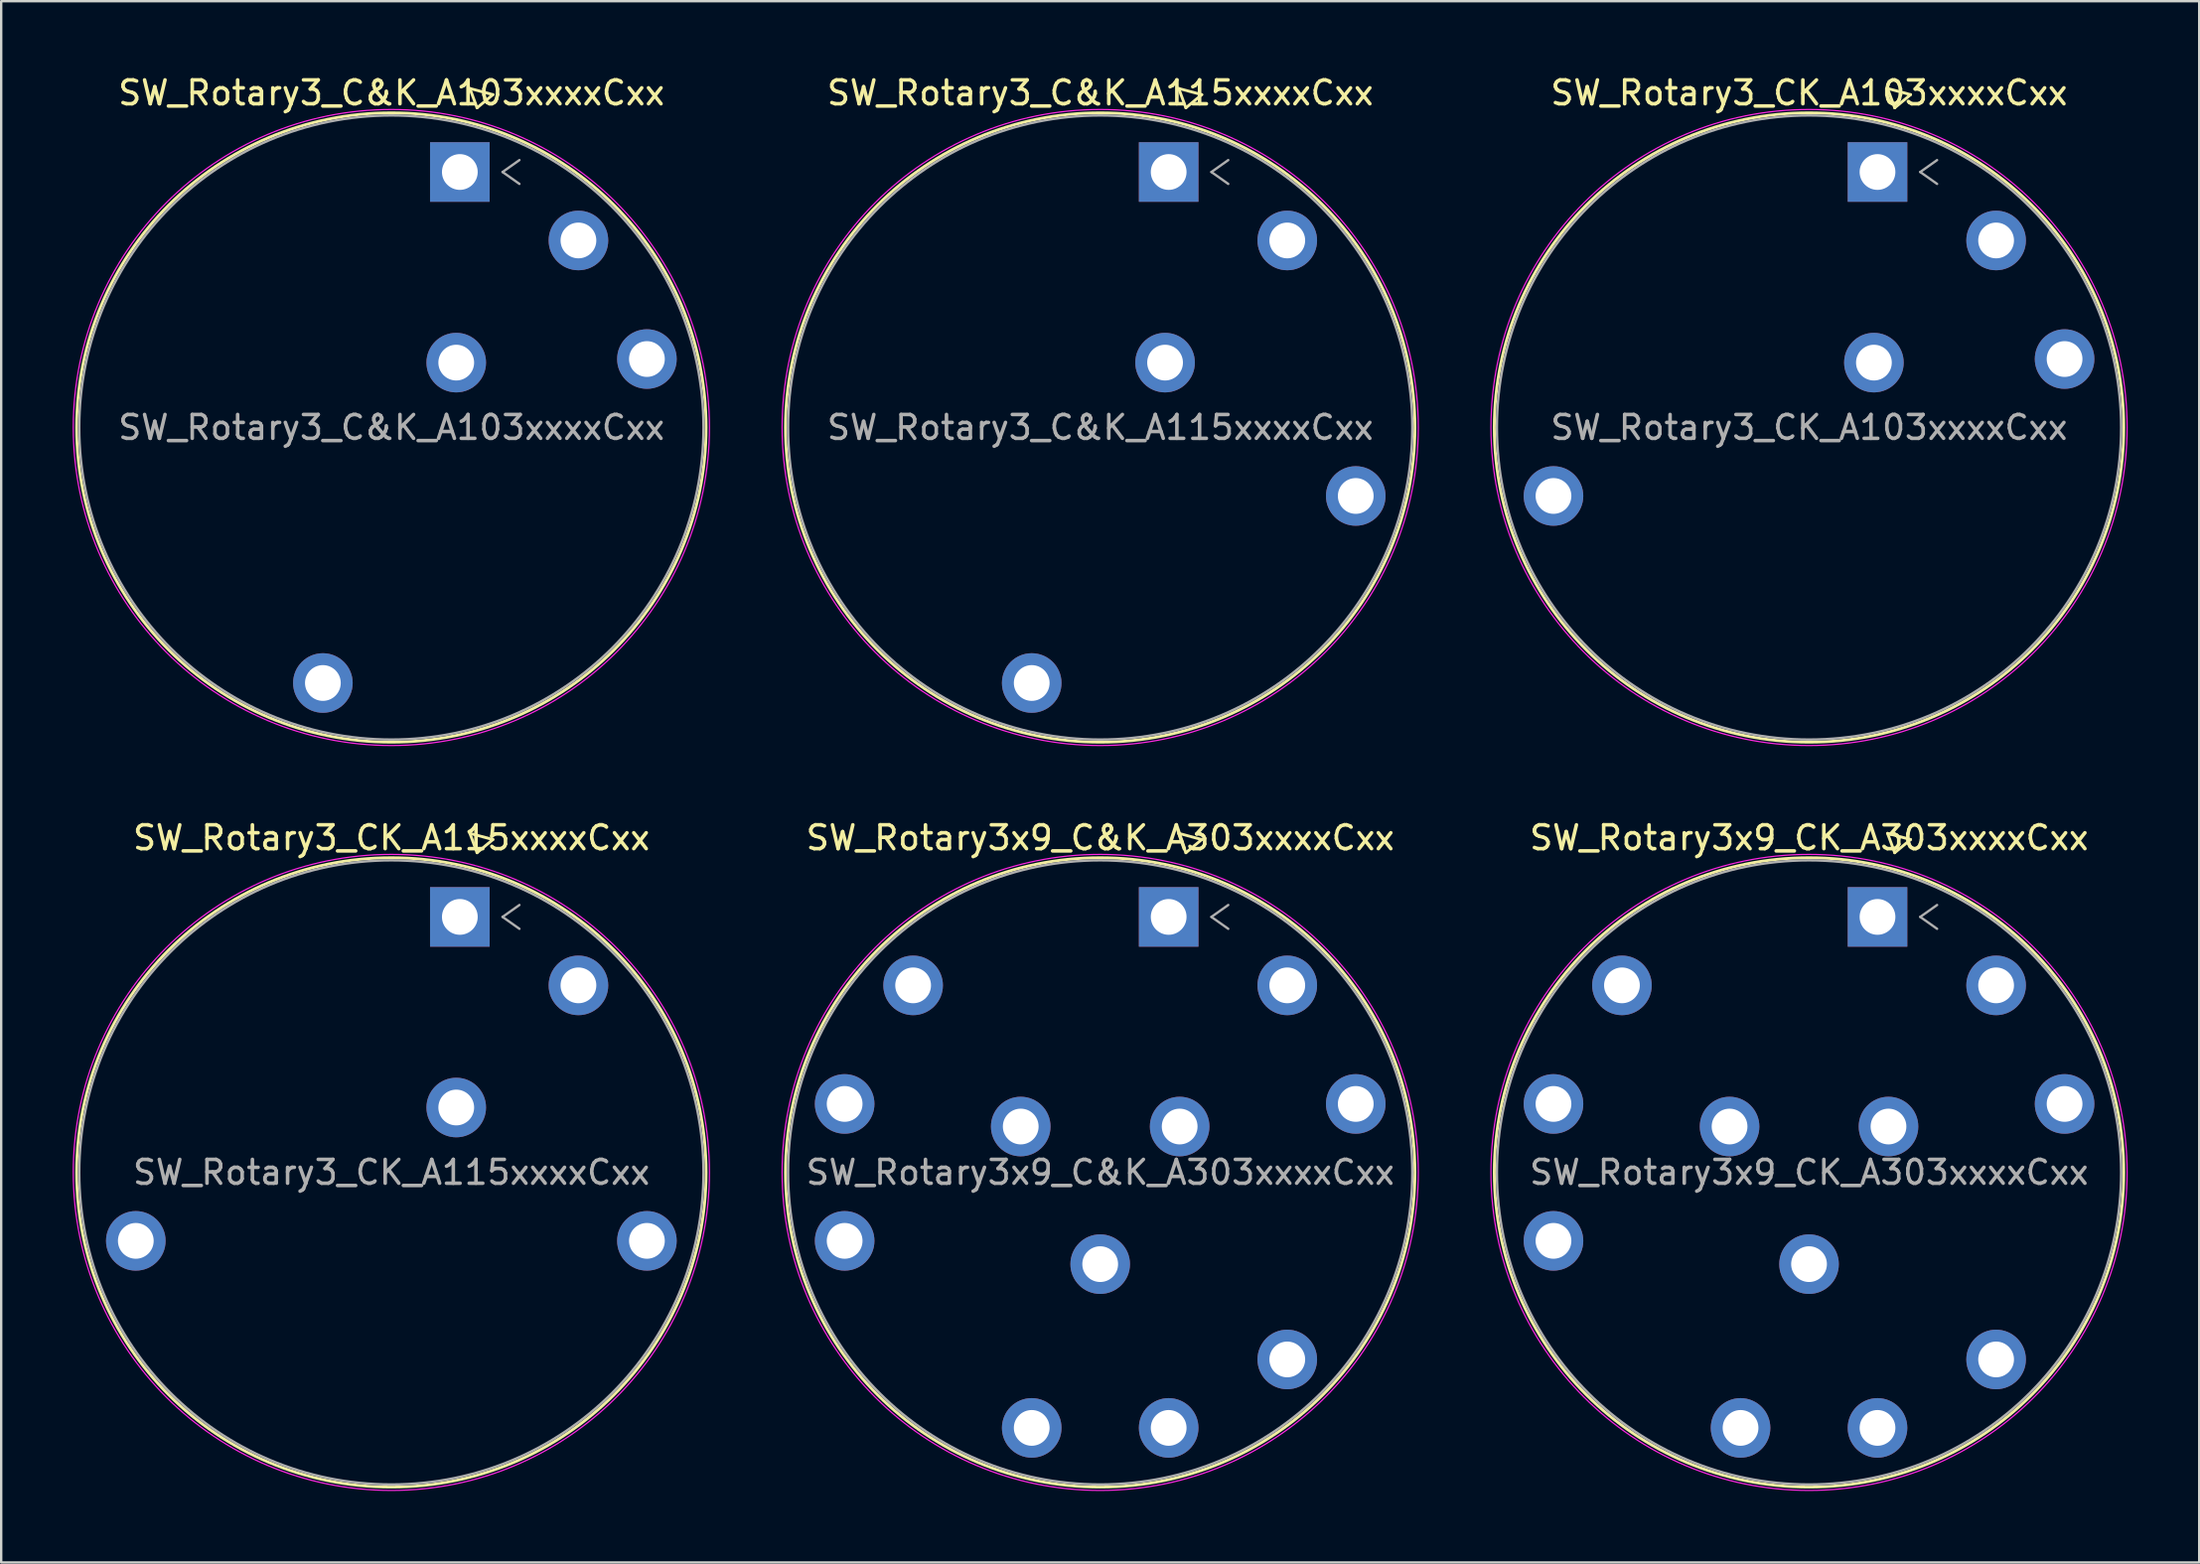
<source format=kicad_pcb>
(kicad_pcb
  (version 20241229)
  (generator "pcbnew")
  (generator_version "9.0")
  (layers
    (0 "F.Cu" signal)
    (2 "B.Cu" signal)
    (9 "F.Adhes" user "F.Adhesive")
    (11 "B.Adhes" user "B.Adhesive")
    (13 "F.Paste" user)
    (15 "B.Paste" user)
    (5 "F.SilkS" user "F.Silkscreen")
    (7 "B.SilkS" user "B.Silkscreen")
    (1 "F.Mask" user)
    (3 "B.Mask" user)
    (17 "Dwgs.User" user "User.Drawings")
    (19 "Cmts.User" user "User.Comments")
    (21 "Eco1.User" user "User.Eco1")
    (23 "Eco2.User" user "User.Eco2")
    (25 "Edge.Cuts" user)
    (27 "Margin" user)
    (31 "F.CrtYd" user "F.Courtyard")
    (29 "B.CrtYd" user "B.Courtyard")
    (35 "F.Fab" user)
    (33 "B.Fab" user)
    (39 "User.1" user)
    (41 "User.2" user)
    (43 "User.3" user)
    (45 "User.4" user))
  (footprint "SW_Rotary3x9_C&K_A303xxxxCxx"
    (layer "F.Cu")
    (at 45.983 35.428)
    (property "Reference" "SW_Rotary3x9_C&K_A303xxxxCxx" (at -2.87 -3.32 0) (layer "F.SilkS") (effects (font (size 1 1) (thickness 0.15))))
    (attr through_hole)
    (fp_line (start 0.422 -3.505) (end 0.722 -2.693) (stroke (width 0.12) (type solid)) (layer "F.SilkS"))
    (fp_line (start 0.722 -2.693) (end 1.388 -3.247) (stroke (width 0.12) (type solid)) (layer "F.SilkS"))
    (fp_line (start 1.388 -3.247) (end 0.422 -3.505) (stroke (width 0.12) (type solid)) (layer "F.SilkS"))
    (fp_circle (center -2.873 10.722) (end 10.332 10.722) (stroke (width 0.12) (type solid)) (fill no) (layer "F.SilkS"))
    (fp_circle (center -2.873 10.722) (end 10.472 10.722) (stroke (width 0.05) (type solid)) (fill no) (layer "F.CrtYd"))
    (fp_line (start 1.793 0) (end 2.5 0.5) (stroke (width 0.1) (type solid)) (layer "F.Fab"))
    (fp_line (start 2.5 -0.5) (end 1.793 0) (stroke (width 0.1) (type solid)) (layer "F.Fab"))
    (fp_circle (center -2.873 10.722) (end 10.222 10.722) (stroke (width 0.1) (type solid)) (fill no) (layer "F.Fab"))
    (fp_text user "${REFERENCE}" (at -2.87 10.72 0) (layer "F.Fab") (effects (font (size 1 1) (thickness 0.15))))
    (pad "1" thru_hole rect (at 0 0) (size 2.5 2.5) (drill 1.5) (layers "*.Cu" "*.Mask"))
    (pad "2" thru_hole circle (at 4.976 2.873) (size 2.5 2.5) (drill 1.5) (layers "*.Cu" "*.Mask"))
    (pad "3" thru_hole circle (at 7.849 7.849) (size 2.5 2.5) (drill 1.5) (layers "*.Cu" "*.Mask"))
    (pad "5" thru_hole circle (at 4.976 18.571) (size 2.5 2.5) (drill 1.5) (layers "*.Cu" "*.Mask"))
    (pad "6" thru_hole circle (at 0 21.444) (size 2.5 2.5) (drill 1.5) (layers "*.Cu" "*.Mask"))
    (pad "7" thru_hole circle (at -5.746 21.444) (size 2.5 2.5) (drill 1.5) (layers "*.Cu" "*.Mask"))
    (pad "9" thru_hole circle (at -13.595 13.595) (size 2.5 2.5) (drill 1.5) (layers "*.Cu" "*.Mask"))
    (pad "10" thru_hole circle (at -13.595 7.849) (size 2.5 2.5) (drill 1.5) (layers "*.Cu" "*.Mask"))
    (pad "11" thru_hole circle (at -10.722 2.873) (size 2.5 2.5) (drill 1.5) (layers "*.Cu" "*.Mask"))
    (pad "A" thru_hole circle (at 0.461 8.797) (size 2.5 2.5) (drill 1.5) (layers "*.Cu" "*.Mask"))
    (pad "B" thru_hole circle (at -2.873 14.572) (size 2.5 2.5) (drill 1.5) (layers "*.Cu" "*.Mask"))
    (pad "C" thru_hole circle (at -6.207 8.797) (size 2.5 2.5) (drill 1.5) (layers "*.Cu" "*.Mask")))
  (footprint "SW_Rotary3_C&K_A115xxxxCxx"
    (layer "F.Cu")
    (at 45.983 4.168)
    (property "Reference" "SW_Rotary3_C&K_A115xxxxCxx" (at -2.87 -3.32 0) (layer "F.SilkS") (effects (font (size 1 1) (thickness 0.15))))
    (attr through_hole)
    (fp_line (start 0.422 -3.505) (end 0.722 -2.693) (stroke (width 0.12) (type solid)) (layer "F.SilkS"))
    (fp_line (start 0.722 -2.693) (end 1.388 -3.247) (stroke (width 0.12) (type solid)) (layer "F.SilkS"))
    (fp_line (start 1.388 -3.247) (end 0.422 -3.505) (stroke (width 0.12) (type solid)) (layer "F.SilkS"))
    (fp_circle (center -2.873 10.722) (end 10.332 10.722) (stroke (width 0.12) (type solid)) (fill no) (layer "F.SilkS"))
    (fp_circle (center -2.873 10.722) (end 10.472 10.722) (stroke (width 0.05) (type solid)) (fill no) (layer "F.CrtYd"))
    (fp_line (start 1.793 0) (end 2.5 0.5) (stroke (width 0.1) (type solid)) (layer "F.Fab"))
    (fp_line (start 2.5 -0.5) (end 1.793 0) (stroke (width 0.1) (type solid)) (layer "F.Fab"))
    (fp_circle (center -2.873 10.722) (end 10.222 10.722) (stroke (width 0.1) (type solid)) (fill no) (layer "F.Fab"))
    (fp_text user "${REFERENCE}" (at -2.87 10.72 0) (layer "F.Fab") (effects (font (size 1 1) (thickness 0.15))))
    (pad "1" thru_hole rect (at 0 0) (size 2.5 2.5) (drill 1.5) (layers "*.Cu" "*.Mask"))
    (pad "2" thru_hole circle (at 4.976 2.873) (size 2.5 2.5) (drill 1.5) (layers "*.Cu" "*.Mask"))
    (pad "4" thru_hole circle (at 7.849 13.595) (size 2.5 2.5) (drill 1.5) (layers "*.Cu" "*.Mask"))
    (pad "A" thru_hole circle (at -0.151 7.999) (size 2.5 2.5) (drill 1.5) (layers "*.Cu" "*.Mask"))
    (pad "MT" thru_hole circle (at -5.746 21.444) (size 2.5 2.5) (drill 1.5) (layers "*.Cu" "*.Mask")))
  (footprint "SW_Rotary3_CK_A115xxxxCxx"
    (layer "F.Cu")
    (at 16.243 35.428)
    (property "Reference" "SW_Rotary3_CK_A115xxxxCxx" (at -2.87 -3.32 0) (layer "F.SilkS") (effects (font (size 1 1) (thickness 0.15))))
    (attr through_hole)
    (fp_line (start 0.422 -3.505) (end 0.722 -2.693) (stroke (width 0.12) (type solid)) (layer "F.SilkS"))
    (fp_line (start 0.722 -2.693) (end 1.388 -3.247) (stroke (width 0.12) (type solid)) (layer "F.SilkS"))
    (fp_line (start 1.388 -3.247) (end 0.422 -3.505) (stroke (width 0.12) (type solid)) (layer "F.SilkS"))
    (fp_circle (center -2.873 10.722) (end 10.332 10.722) (stroke (width 0.12) (type solid)) (fill no) (layer "F.SilkS"))
    (fp_circle (center -2.873 10.722) (end 10.472 10.722) (stroke (width 0.05) (type solid)) (fill no) (layer "F.CrtYd"))
    (fp_line (start 1.793 0) (end 2.5 0.5) (stroke (width 0.1) (type solid)) (layer "F.Fab"))
    (fp_line (start 2.5 -0.5) (end 1.793 0) (stroke (width 0.1) (type solid)) (layer "F.Fab"))
    (fp_circle (center -2.873 10.722) (end 10.222 10.722) (stroke (width 0.1) (type solid)) (fill no) (layer "F.Fab"))
    (fp_text user "${REFERENCE}" (at -2.87 10.72 0) (layer "F.Fab") (effects (font (size 1 1) (thickness 0.15))))
    (pad "1" thru_hole rect (at 0 0) (size 2.5 2.5) (drill 1.5) (layers "*.Cu" "*.Mask"))
    (pad "2" thru_hole circle (at 4.976 2.873) (size 2.5 2.5) (drill 1.5) (layers "*.Cu" "*.Mask"))
    (pad "4" thru_hole circle (at 7.849 13.595) (size 2.5 2.5) (drill 1.5) (layers "*.Cu" "*.Mask"))
    (pad "A" thru_hole circle (at -0.151 7.999) (size 2.5 2.5) (drill 1.5) (layers "*.Cu" "*.Mask"))
    (pad "MT" thru_hole circle (at -13.595 13.595) (size 2.5 2.5) (drill 1.5) (layers "*.Cu" "*.Mask")))
  (footprint "SW_Rotary3x9_CK_A303xxxxCxx"
    (layer "F.Cu")
    (at 75.723 35.428)
    (property "Reference" "SW_Rotary3x9_CK_A303xxxxCxx" (at -2.87 -3.32 0) (layer "F.SilkS") (effects (font (size 1 1) (thickness 0.15))))
    (attr through_hole)
    (fp_line (start 0.422 -3.505) (end 0.722 -2.693) (stroke (width 0.12) (type solid)) (layer "F.SilkS"))
    (fp_line (start 0.722 -2.693) (end 1.388 -3.247) (stroke (width 0.12) (type solid)) (layer "F.SilkS"))
    (fp_line (start 1.388 -3.247) (end 0.422 -3.505) (stroke (width 0.12) (type solid)) (layer "F.SilkS"))
    (fp_circle (center -2.873 10.722) (end 10.332 10.722) (stroke (width 0.12) (type solid)) (fill no) (layer "F.SilkS"))
    (fp_circle (center -2.873 10.722) (end 10.472 10.722) (stroke (width 0.05) (type solid)) (fill no) (layer "F.CrtYd"))
    (fp_line (start 1.793 0) (end 2.5 0.5) (stroke (width 0.1) (type solid)) (layer "F.Fab"))
    (fp_line (start 2.5 -0.5) (end 1.793 0) (stroke (width 0.1) (type solid)) (layer "F.Fab"))
    (fp_circle (center -2.873 10.722) (end 10.222 10.722) (stroke (width 0.1) (type solid)) (fill no) (layer "F.Fab"))
    (fp_text user "${REFERENCE}" (at -2.87 10.72 0) (layer "F.Fab") (effects (font (size 1 1) (thickness 0.15))))
    (pad "1" thru_hole rect (at 0 0) (size 2.5 2.5) (drill 1.5) (layers "*.Cu" "*.Mask"))
    (pad "2" thru_hole circle (at 4.976 2.873) (size 2.5 2.5) (drill 1.5) (layers "*.Cu" "*.Mask"))
    (pad "3" thru_hole circle (at 7.849 7.849) (size 2.5 2.5) (drill 1.5) (layers "*.Cu" "*.Mask"))
    (pad "5" thru_hole circle (at 4.976 18.571) (size 2.5 2.5) (drill 1.5) (layers "*.Cu" "*.Mask"))
    (pad "6" thru_hole circle (at 0 21.444) (size 2.5 2.5) (drill 1.5) (layers "*.Cu" "*.Mask"))
    (pad "7" thru_hole circle (at -5.746 21.444) (size 2.5 2.5) (drill 1.5) (layers "*.Cu" "*.Mask"))
    (pad "9" thru_hole circle (at -13.595 13.595) (size 2.5 2.5) (drill 1.5) (layers "*.Cu" "*.Mask"))
    (pad "10" thru_hole circle (at -13.595 7.849) (size 2.5 2.5) (drill 1.5) (layers "*.Cu" "*.Mask"))
    (pad "11" thru_hole circle (at -10.722 2.873) (size 2.5 2.5) (drill 1.5) (layers "*.Cu" "*.Mask"))
    (pad "A" thru_hole circle (at 0.461 8.797) (size 2.5 2.5) (drill 1.5) (layers "*.Cu" "*.Mask"))
    (pad "B" thru_hole circle (at -2.873 14.572) (size 2.5 2.5) (drill 1.5) (layers "*.Cu" "*.Mask"))
    (pad "C" thru_hole circle (at -6.207 8.797) (size 2.5 2.5) (drill 1.5) (layers "*.Cu" "*.Mask")))
  (footprint "SW_Rotary3_C&K_A103xxxxCxx"
    (layer "F.Cu")
    (at 16.243 4.168)
    (property "Reference" "SW_Rotary3_C&K_A103xxxxCxx" (at -2.87 -3.32 0) (layer "F.SilkS") (effects (font (size 1 1) (thickness 0.15))))
    (attr through_hole)
    (fp_line (start 0.422 -3.505) (end 0.722 -2.693) (stroke (width 0.12) (type solid)) (layer "F.SilkS"))
    (fp_line (start 0.722 -2.693) (end 1.388 -3.247) (stroke (width 0.12) (type solid)) (layer "F.SilkS"))
    (fp_line (start 1.388 -3.247) (end 0.422 -3.505) (stroke (width 0.12) (type solid)) (layer "F.SilkS"))
    (fp_circle (center -2.873 10.722) (end 10.332 10.722) (stroke (width 0.12) (type solid)) (fill no) (layer "F.SilkS"))
    (fp_circle (center -2.873 10.722) (end 10.472 10.722) (stroke (width 0.05) (type solid)) (fill no) (layer "F.CrtYd"))
    (fp_line (start 1.793 0) (end 2.5 0.5) (stroke (width 0.1) (type solid)) (layer "F.Fab"))
    (fp_line (start 2.5 -0.5) (end 1.793 0) (stroke (width 0.1) (type solid)) (layer "F.Fab"))
    (fp_circle (center -2.873 10.722) (end 10.222 10.722) (stroke (width 0.1) (type solid)) (fill no) (layer "F.Fab"))
    (fp_text user "${REFERENCE}" (at -2.87 10.72 0) (layer "F.Fab") (effects (font (size 1 1) (thickness 0.15))))
    (pad "1" thru_hole rect (at 0 0) (size 2.5 2.5) (drill 1.5) (layers "*.Cu" "*.Mask"))
    (pad "2" thru_hole circle (at 4.976 2.873) (size 2.5 2.5) (drill 1.5) (layers "*.Cu" "*.Mask"))
    (pad "3" thru_hole circle (at 7.849 7.849) (size 2.5 2.5) (drill 1.5) (layers "*.Cu" "*.Mask"))
    (pad "A" thru_hole circle (at -0.151 7.999) (size 2.5 2.5) (drill 1.5) (layers "*.Cu" "*.Mask"))
    (pad "MT" thru_hole circle (at -5.746 21.444) (size 2.5 2.5) (drill 1.5) (layers "*.Cu" "*.Mask")))
  (footprint "SW_Rotary3_CK_A103xxxxCxx"
    (layer "F.Cu")
    (at 75.723 4.168)
    (property "Reference" "SW_Rotary3_CK_A103xxxxCxx" (at -2.87 -3.32 0) (layer "F.SilkS") (effects (font (size 1 1) (thickness 0.15))))
    (attr through_hole)
    (fp_line (start 0.422 -3.505) (end 0.722 -2.693) (stroke (width 0.12) (type solid)) (layer "F.SilkS"))
    (fp_line (start 0.722 -2.693) (end 1.388 -3.247) (stroke (width 0.12) (type solid)) (layer "F.SilkS"))
    (fp_line (start 1.388 -3.247) (end 0.422 -3.505) (stroke (width 0.12) (type solid)) (layer "F.SilkS"))
    (fp_circle (center -2.873 10.722) (end 10.332 10.722) (stroke (width 0.12) (type solid)) (fill no) (layer "F.SilkS"))
    (fp_circle (center -2.873 10.722) (end 10.472 10.722) (stroke (width 0.05) (type solid)) (fill no) (layer "F.CrtYd"))
    (fp_line (start 1.793 0) (end 2.5 0.5) (stroke (width 0.1) (type solid)) (layer "F.Fab"))
    (fp_line (start 2.5 -0.5) (end 1.793 0) (stroke (width 0.1) (type solid)) (layer "F.Fab"))
    (fp_circle (center -2.873 10.722) (end 10.222 10.722) (stroke (width 0.1) (type solid)) (fill no) (layer "F.Fab"))
    (fp_text user "${REFERENCE}" (at -2.87 10.72 0) (layer "F.Fab") (effects (font (size 1 1) (thickness 0.15))))
    (pad "1" thru_hole rect (at 0 0) (size 2.5 2.5) (drill 1.5) (layers "*.Cu" "*.Mask"))
    (pad "2" thru_hole circle (at 4.976 2.873) (size 2.5 2.5) (drill 1.5) (layers "*.Cu" "*.Mask"))
    (pad "3" thru_hole circle (at 7.849 7.849) (size 2.5 2.5) (drill 1.5) (layers "*.Cu" "*.Mask"))
    (pad "A" thru_hole circle (at -0.151 7.999) (size 2.5 2.5) (drill 1.5) (layers "*.Cu" "*.Mask"))
    (pad "MT" thru_hole circle (at -13.595 13.595) (size 2.5 2.5) (drill 1.5) (layers "*.Cu" "*.Mask")))
  (gr_rect
    (start -3 -3)
    (end 89.22 62.52)
    (stroke (width 0.1) (type default))
    (fill no)
    (layer "Edge.Cuts")))
</source>
